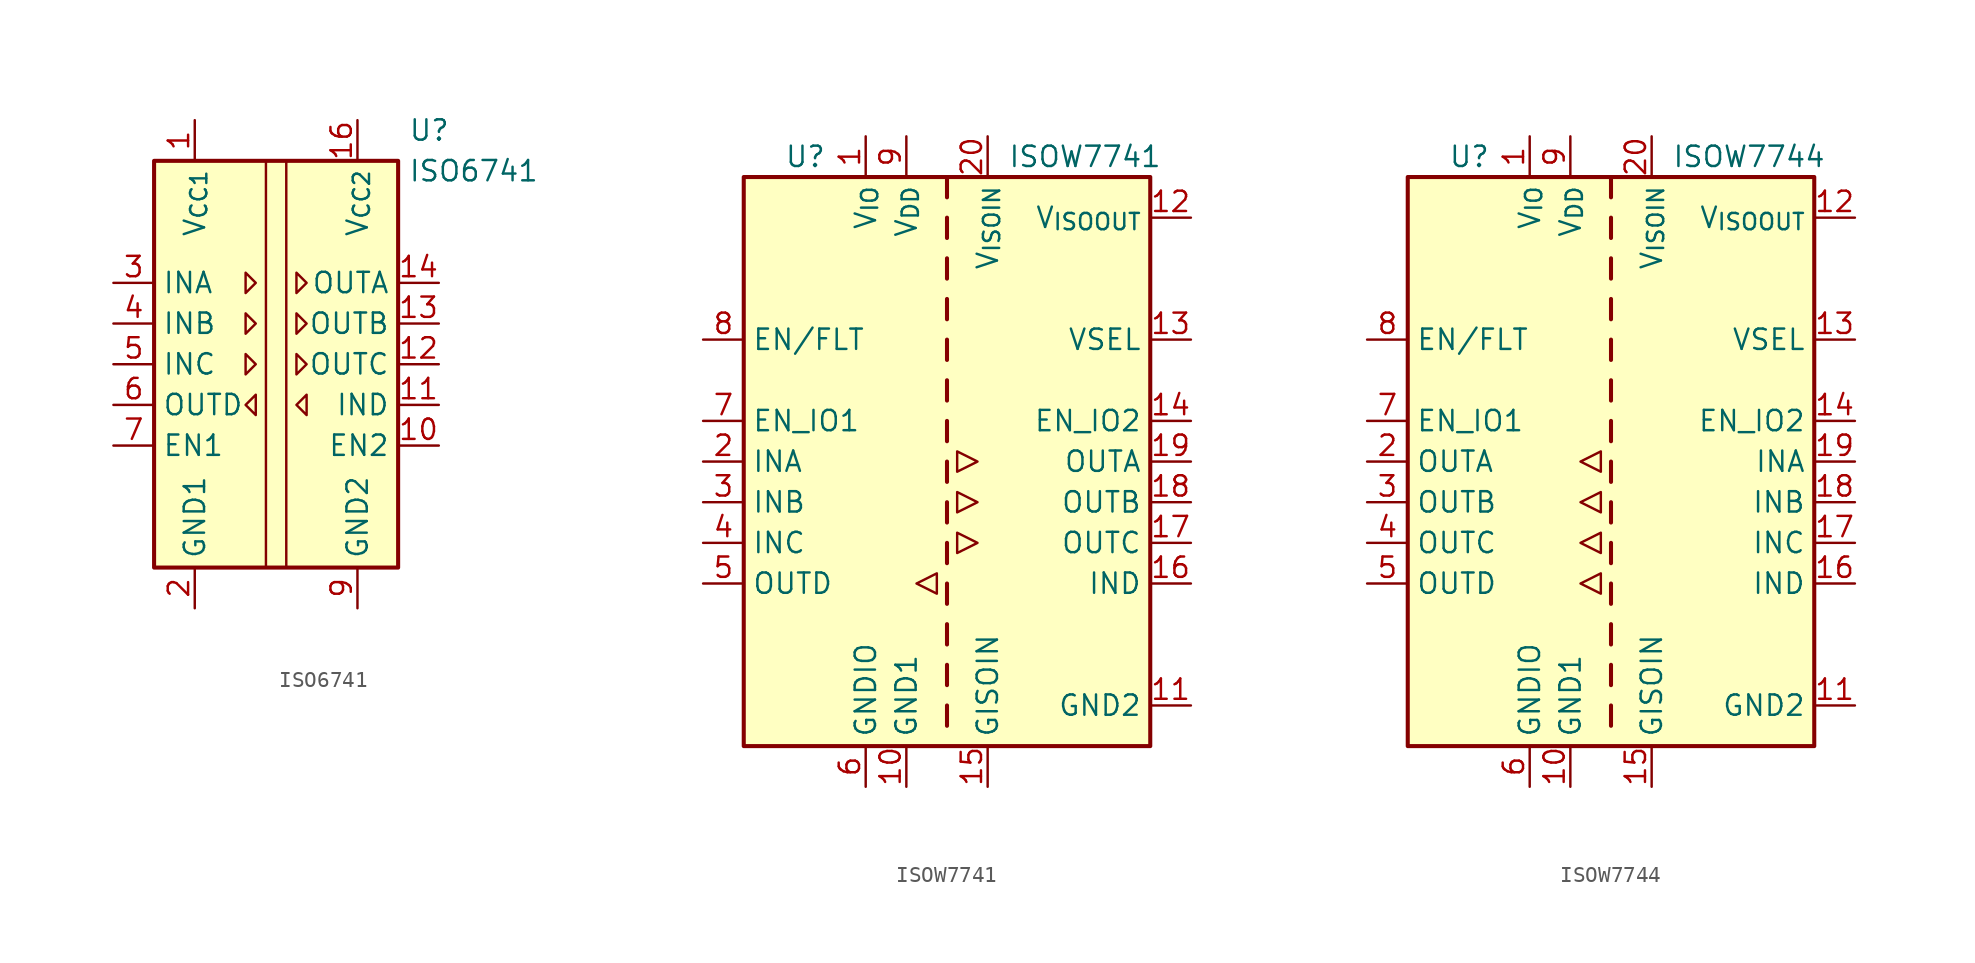
<source format=kicad_sym>
(kicad_symbol_lib
  (version 20220914)
  (generator kicad_symbol_editor)
  (symbol "ISO6741"
    (property "Reference" "U"
      (at 8.255 14.605 0)
      (effects (font (size 1.27 1.27)) (justify left)))
    (property "Value" "ISO6741"
      (at 8.255 12.065 0)
      (effects (font (size 1.27 1.27)) (justify left)))
    (symbol "ISO6741_0_1"
      (rectangle (start -7.62 12.7) (end 7.62 -12.7) (stroke (width 0.254) (type default)) (fill (type background)))
      (polyline (pts (xy -0.635 12.7) (xy -0.635 -12.7)) (stroke (width 0) (type default)) (fill (type none)))
      (polyline (pts (xy 0.635 12.7) (xy 0.635 -12.7)) (stroke (width 0) (type default)) (fill (type none))))
    (symbol "ISO6741_1_1"
      (polyline (pts (xy -1.905 -0.635) (xy -1.27 0) (xy -1.905 0.635) (xy -1.905 -0.635)) (stroke (width 0) (type default)) (fill (type none)))
      (polyline (pts (xy -1.905 3.175) (xy -1.27 2.54) (xy -1.905 1.905) (xy -1.905 3.175)) (stroke (width 0) (type default)) (fill (type none)))
      (polyline (pts (xy -1.905 5.715) (xy -1.27 5.08) (xy -1.905 4.445) (xy -1.905 5.715)) (stroke (width 0) (type default)) (fill (type none)))
      (polyline (pts (xy -1.27 -3.175) (xy -1.905 -2.54) (xy -1.27 -1.905) (xy -1.27 -3.175)) (stroke (width 0) (type default)) (fill (type none)))
      (polyline (pts (xy 1.27 -0.635) (xy 1.905 0) (xy 1.27 0.635) (xy 1.27 -0.635)) (stroke (width 0) (type default)) (fill (type none)))
      (polyline (pts (xy 1.27 3.175) (xy 1.905 2.54) (xy 1.27 1.905) (xy 1.27 3.175)) (stroke (width 0) (type default)) (fill (type none)))
      (polyline (pts (xy 1.27 5.715) (xy 1.905 5.08) (xy 1.27 4.445) (xy 1.27 5.715)) (stroke (width 0) (type default)) (fill (type none)))
      (polyline (pts (xy 1.905 -3.175) (xy 1.27 -2.54) (xy 1.905 -1.905) (xy 1.905 -3.175)) (stroke (width 0) (type default)) (fill (type none)))
      (pin power_in line (at -5.08 15.24 270) (length 2.54) (name "V_{CC1}" (effects (font (size 1.27 1.27)))) (number "1" (effects (font (size 1.27 1.27)))))
      (pin input line (at 10.16 -5.08 180) (length 2.54) (name "EN2" (effects (font (size 1.27 1.27)))) (number "10" (effects (font (size 1.27 1.27)))))
      (pin input line (at 10.16 -2.54 180) (length 2.54) (name "IND" (effects (font (size 1.27 1.27)))) (number "11" (effects (font (size 1.27 1.27)))))
      (pin output line (at 10.16 0 180) (length 2.54) (name "OUTC" (effects (font (size 1.27 1.27)))) (number "12" (effects (font (size 1.27 1.27)))))
      (pin output line (at 10.16 2.54 180) (length 2.54) (name "OUTB" (effects (font (size 1.27 1.27)))) (number "13" (effects (font (size 1.27 1.27)))))
      (pin output line (at 10.16 5.08 180) (length 2.54) (name "OUTA" (effects (font (size 1.27 1.27)))) (number "14" (effects (font (size 1.27 1.27)))))
      (pin passive line (at 5.08 -15.24 90) (length 2.54) hide (name "GND2" (effects (font (size 1.27 1.27)))) (number "15" (effects (font (size 1.27 1.27)))))
      (pin power_in line (at 5.08 15.24 270) (length 2.54) (name "V_{CC2}" (effects (font (size 1.27 1.27)))) (number "16" (effects (font (size 1.27 1.27)))))
      (pin power_in line (at -5.08 -15.24 90) (length 2.54) (name "GND1" (effects (font (size 1.27 1.27)))) (number "2" (effects (font (size 1.27 1.27)))))
      (pin input line (at -10.16 5.08 0) (length 2.54) (name "INA" (effects (font (size 1.27 1.27)))) (number "3" (effects (font (size 1.27 1.27)))))
      (pin input line (at -10.16 2.54 0) (length 2.54) (name "INB" (effects (font (size 1.27 1.27)))) (number "4" (effects (font (size 1.27 1.27)))))
      (pin input line (at -10.16 0 0) (length 2.54) (name "INC" (effects (font (size 1.27 1.27)))) (number "5" (effects (font (size 1.27 1.27)))))
      (pin output line (at -10.16 -2.54 0) (length 2.54) (name "OUTD" (effects (font (size 1.27 1.27)))) (number "6" (effects (font (size 1.27 1.27)))))
      (pin input line (at -10.16 -5.08 0) (length 2.54) (name "EN1" (effects (font (size 1.27 1.27)))) (number "7" (effects (font (size 1.27 1.27)))))
      (pin passive line (at -5.08 -15.24 90) (length 2.54) hide (name "GND1" (effects (font (size 1.27 1.27)))) (number "8" (effects (font (size 1.27 1.27)))))
      (pin power_in line (at 5.08 -15.24 90) (length 2.54) (name "GND2" (effects (font (size 1.27 1.27)))) (number "9" (effects (font (size 1.27 1.27)))))))
  (symbol "ISOW7741"
    (property "Reference" "U"
      (at -10.16 19.05 0)
      (effects (font (size 1.27 1.27)) (justify left)))
    (property "Value" "ISOW7741"
      (at 3.81 19.05 0)
      (effects (font (size 1.27 1.27)) (justify left)))
    (symbol "ISOW7741_0_1"
      (polyline (pts (xy -1.905 -7.62) (xy -0.635 -6.985) (xy -0.635 -8.255) (xy -1.905 -7.62)) (stroke (width 0) (type default)) (fill (type none)))
      (polyline (pts (xy 0.635 -1.905) (xy 0.635 -3.175) (xy 1.905 -2.54) (xy 0.635 -1.905)) (stroke (width 0) (type default)) (fill (type none)))
      (polyline (pts (xy 0.635 0.635) (xy 0.635 -0.635) (xy 1.905 0) (xy 0.635 0.635)) (stroke (width 0) (type default)) (fill (type none)))
      (polyline (pts (xy 1.905 -5.08) (xy 0.635 -5.715) (xy 0.635 -4.445) (xy 1.905 -5.08)) (stroke (width 0) (type default)) (fill (type none))))
    (symbol "ISOW7741_1_1"
      (rectangle (start -12.7 17.78) (end 12.7 -17.78) (stroke (width 0.254) (type default)) (fill (type background)))
      (polyline (pts (xy 0 -15.24) (xy 0 -16.51)) (stroke (width 0.254) (type default)) (fill (type none)))
      (polyline (pts (xy 0 -12.7) (xy 0 -13.97)) (stroke (width 0.254) (type default)) (fill (type none)))
      (polyline (pts (xy 0 -10.16) (xy 0 -11.43)) (stroke (width 0.254) (type default)) (fill (type none)))
      (polyline (pts (xy 0 -7.62) (xy 0 -8.89)) (stroke (width 0.254) (type default)) (fill (type none)))
      (polyline (pts (xy 0 -5.08) (xy 0 -6.35)) (stroke (width 0.254) (type default)) (fill (type none)))
      (polyline (pts (xy 0 -2.54) (xy 0 -3.81)) (stroke (width 0.254) (type default)) (fill (type none)))
      (polyline (pts (xy 0 0) (xy 0 -1.27)) (stroke (width 0.254) (type default)) (fill (type none)))
      (polyline (pts (xy 0 2.54) (xy 0 1.27)) (stroke (width 0.254) (type default)) (fill (type none)))
      (polyline (pts (xy 0 5.08) (xy 0 3.81)) (stroke (width 0.254) (type default)) (fill (type none)))
      (polyline (pts (xy 0 7.62) (xy 0 6.35)) (stroke (width 0.254) (type default)) (fill (type none)))
      (polyline (pts (xy 0 10.16) (xy 0 8.89)) (stroke (width 0.254) (type default)) (fill (type none)))
      (polyline (pts (xy 0 12.7) (xy 0 11.43)) (stroke (width 0.254) (type default)) (fill (type none)))
      (polyline (pts (xy 0 15.24) (xy 0 13.97)) (stroke (width 0.254) (type default)) (fill (type none)))
      (polyline (pts (xy 0 17.78) (xy 0 16.51)) (stroke (width 0.254) (type default)) (fill (type none)))
      (pin power_in line (at -5.08 20.32 270) (length 2.54) (name "V_{IO}" (effects (font (size 1.27 1.27)))) (number "1" (effects (font (size 1.27 1.27)))))
      (pin power_in line (at -2.54 -20.32 90) (length 2.54) (name "GND1" (effects (font (size 1.27 1.27)))) (number "10" (effects (font (size 1.27 1.27)))))
      (pin power_out line (at 15.24 -15.24 180) (length 2.54) (name "GND2" (effects (font (size 1.27 1.27)))) (number "11" (effects (font (size 1.27 1.27)))))
      (pin power_out line (at 15.24 15.24 180) (length 2.54) (name "V_{ISOOUT}" (effects (font (size 1.27 1.27)))) (number "12" (effects (font (size 1.27 1.27)))))
      (pin input line (at 15.24 7.62 180) (length 2.54) (name "VSEL" (effects (font (size 1.27 1.27)))) (number "13" (effects (font (size 1.27 1.27)))))
      (pin input line (at 15.24 2.54 180) (length 2.54) (name "EN_IO2" (effects (font (size 1.27 1.27)))) (number "14" (effects (font (size 1.27 1.27)))))
      (pin power_in line (at 2.54 -20.32 90) (length 2.54) (name "GISOIN" (effects (font (size 1.27 1.27)))) (number "15" (effects (font (size 1.27 1.27)))))
      (pin input line (at 15.24 -7.62 180) (length 2.54) (name "IND" (effects (font (size 1.27 1.27)))) (number "16" (effects (font (size 1.27 1.27)))))
      (pin output line (at 15.24 -5.08 180) (length 2.54) (name "OUTC" (effects (font (size 1.27 1.27)))) (number "17" (effects (font (size 1.27 1.27)))))
      (pin output line (at 15.24 -2.54 180) (length 2.54) (name "OUTB" (effects (font (size 1.27 1.27)))) (number "18" (effects (font (size 1.27 1.27)))))
      (pin output line (at 15.24 0 180) (length 2.54) (name "OUTA" (effects (font (size 1.27 1.27)))) (number "19" (effects (font (size 1.27 1.27)))))
      (pin input line (at -15.24 0 0) (length 2.54) (name "INA" (effects (font (size 1.27 1.27)))) (number "2" (effects (font (size 1.27 1.27)))))
      (pin power_in line (at 2.54 20.32 270) (length 2.54) (name "V_{ISOIN}" (effects (font (size 1.27 1.27)))) (number "20" (effects (font (size 1.27 1.27)))))
      (pin input line (at -15.24 -2.54 0) (length 2.54) (name "INB" (effects (font (size 1.27 1.27)))) (number "3" (effects (font (size 1.27 1.27)))))
      (pin input line (at -15.24 -5.08 0) (length 2.54) (name "INC" (effects (font (size 1.27 1.27)))) (number "4" (effects (font (size 1.27 1.27)))))
      (pin output line (at -15.24 -7.62 0) (length 2.54) (name "OUTD" (effects (font (size 1.27 1.27)))) (number "5" (effects (font (size 1.27 1.27)))))
      (pin power_in line (at -5.08 -20.32 90) (length 2.54) (name "GNDIO" (effects (font (size 1.27 1.27)))) (number "6" (effects (font (size 1.27 1.27)))))
      (pin input line (at -15.24 2.54 0) (length 2.54) (name "EN_IO1" (effects (font (size 1.27 1.27)))) (number "7" (effects (font (size 1.27 1.27)))))
      (pin bidirectional line (at -15.24 7.62 0) (length 2.54) (name "EN/FLT" (effects (font (size 1.27 1.27)))) (number "8" (effects (font (size 1.27 1.27)))))
      (pin power_in line (at -2.54 20.32 270) (length 2.54) (name "V_{DD}" (effects (font (size 1.27 1.27)))) (number "9" (effects (font (size 1.27 1.27)))))))
  (symbol "ISOW7744"
    (property "Reference" "U"
      (at -10.16 19.05 0)
      (effects (font (size 1.27 1.27)) (justify left)))
    (property "Value" "ISOW7744"
      (at 3.81 19.05 0)
      (effects (font (size 1.27 1.27)) (justify left)))
    (symbol "ISOW7744_0_1"
      (polyline (pts (xy -1.905 -7.62) (xy -0.635 -6.985) (xy -0.635 -8.255) (xy -1.905 -7.62)) (stroke (width 0) (type default)) (fill (type none)))
      (polyline (pts (xy -1.905 -5.08) (xy -0.635 -5.715) (xy -0.635 -4.445) (xy -1.905 -5.08)) (stroke (width 0) (type default)) (fill (type none)))
      (polyline (pts (xy -0.635 -1.905) (xy -0.635 -3.175) (xy -1.905 -2.54) (xy -0.635 -1.905)) (stroke (width 0) (type default)) (fill (type none)))
      (polyline (pts (xy -0.635 0.635) (xy -0.635 -0.635) (xy -1.905 0) (xy -0.635 0.635)) (stroke (width 0) (type default)) (fill (type none))))
    (symbol "ISOW7744_1_1"
      (rectangle (start -12.7 17.78) (end 12.7 -17.78) (stroke (width 0.254) (type default)) (fill (type background)))
      (polyline (pts (xy 0 -15.24) (xy 0 -16.51)) (stroke (width 0.254) (type default)) (fill (type none)))
      (polyline (pts (xy 0 -12.7) (xy 0 -13.97)) (stroke (width 0.254) (type default)) (fill (type none)))
      (polyline (pts (xy 0 -10.16) (xy 0 -11.43)) (stroke (width 0.254) (type default)) (fill (type none)))
      (polyline (pts (xy 0 -7.62) (xy 0 -8.89)) (stroke (width 0.254) (type default)) (fill (type none)))
      (polyline (pts (xy 0 -5.08) (xy 0 -6.35)) (stroke (width 0.254) (type default)) (fill (type none)))
      (polyline (pts (xy 0 -2.54) (xy 0 -3.81)) (stroke (width 0.254) (type default)) (fill (type none)))
      (polyline (pts (xy 0 0) (xy 0 -1.27)) (stroke (width 0.254) (type default)) (fill (type none)))
      (polyline (pts (xy 0 2.54) (xy 0 1.27)) (stroke (width 0.254) (type default)) (fill (type none)))
      (polyline (pts (xy 0 5.08) (xy 0 3.81)) (stroke (width 0.254) (type default)) (fill (type none)))
      (polyline (pts (xy 0 7.62) (xy 0 6.35)) (stroke (width 0.254) (type default)) (fill (type none)))
      (polyline (pts (xy 0 10.16) (xy 0 8.89)) (stroke (width 0.254) (type default)) (fill (type none)))
      (polyline (pts (xy 0 12.7) (xy 0 11.43)) (stroke (width 0.254) (type default)) (fill (type none)))
      (polyline (pts (xy 0 15.24) (xy 0 13.97)) (stroke (width 0.254) (type default)) (fill (type none)))
      (polyline (pts (xy 0 17.78) (xy 0 16.51)) (stroke (width 0.254) (type default)) (fill (type none)))
      (pin power_in line (at -5.08 20.32 270) (length 2.54) (name "V_{IO}" (effects (font (size 1.27 1.27)))) (number "1" (effects (font (size 1.27 1.27)))))
      (pin power_in line (at -2.54 -20.32 90) (length 2.54) (name "GND1" (effects (font (size 1.27 1.27)))) (number "10" (effects (font (size 1.27 1.27)))))
      (pin power_out line (at 15.24 -15.24 180) (length 2.54) (name "GND2" (effects (font (size 1.27 1.27)))) (number "11" (effects (font (size 1.27 1.27)))))
      (pin power_out line (at 15.24 15.24 180) (length 2.54) (name "V_{ISOOUT}" (effects (font (size 1.27 1.27)))) (number "12" (effects (font (size 1.27 1.27)))))
      (pin input line (at 15.24 7.62 180) (length 2.54) (name "VSEL" (effects (font (size 1.27 1.27)))) (number "13" (effects (font (size 1.27 1.27)))))
      (pin input line (at 15.24 2.54 180) (length 2.54) (name "EN_IO2" (effects (font (size 1.27 1.27)))) (number "14" (effects (font (size 1.27 1.27)))))
      (pin power_in line (at 2.54 -20.32 90) (length 2.54) (name "GISOIN" (effects (font (size 1.27 1.27)))) (number "15" (effects (font (size 1.27 1.27)))))
      (pin input line (at 15.24 -7.62 180) (length 2.54) (name "IND" (effects (font (size 1.27 1.27)))) (number "16" (effects (font (size 1.27 1.27)))))
      (pin input line (at 15.24 -5.08 180) (length 2.54) (name "INC" (effects (font (size 1.27 1.27)))) (number "17" (effects (font (size 1.27 1.27)))))
      (pin input line (at 15.24 -2.54 180) (length 2.54) (name "INB" (effects (font (size 1.27 1.27)))) (number "18" (effects (font (size 1.27 1.27)))))
      (pin input line (at 15.24 0 180) (length 2.54) (name "INA" (effects (font (size 1.27 1.27)))) (number "19" (effects (font (size 1.27 1.27)))))
      (pin output line (at -15.24 0 0) (length 2.54) (name "OUTA" (effects (font (size 1.27 1.27)))) (number "2" (effects (font (size 1.27 1.27)))))
      (pin power_in line (at 2.54 20.32 270) (length 2.54) (name "V_{ISOIN}" (effects (font (size 1.27 1.27)))) (number "20" (effects (font (size 1.27 1.27)))))
      (pin output line (at -15.24 -2.54 0) (length 2.54) (name "OUTB" (effects (font (size 1.27 1.27)))) (number "3" (effects (font (size 1.27 1.27)))))
      (pin output line (at -15.24 -5.08 0) (length 2.54) (name "OUTC" (effects (font (size 1.27 1.27)))) (number "4" (effects (font (size 1.27 1.27)))))
      (pin output line (at -15.24 -7.62 0) (length 2.54) (name "OUTD" (effects (font (size 1.27 1.27)))) (number "5" (effects (font (size 1.27 1.27)))))
      (pin power_in line (at -5.08 -20.32 90) (length 2.54) (name "GNDIO" (effects (font (size 1.27 1.27)))) (number "6" (effects (font (size 1.27 1.27)))))
      (pin input line (at -15.24 2.54 0) (length 2.54) (name "EN_IO1" (effects (font (size 1.27 1.27)))) (number "7" (effects (font (size 1.27 1.27)))))
      (pin bidirectional line (at -15.24 7.62 0) (length 2.54) (name "EN/FLT" (effects (font (size 1.27 1.27)))) (number "8" (effects (font (size 1.27 1.27)))))
      (pin power_in line (at -2.54 20.32 270) (length 2.54) (name "V_{DD}" (effects (font (size 1.27 1.27)))) (number "9" (effects (font (size 1.27 1.27))))))))
</source>
